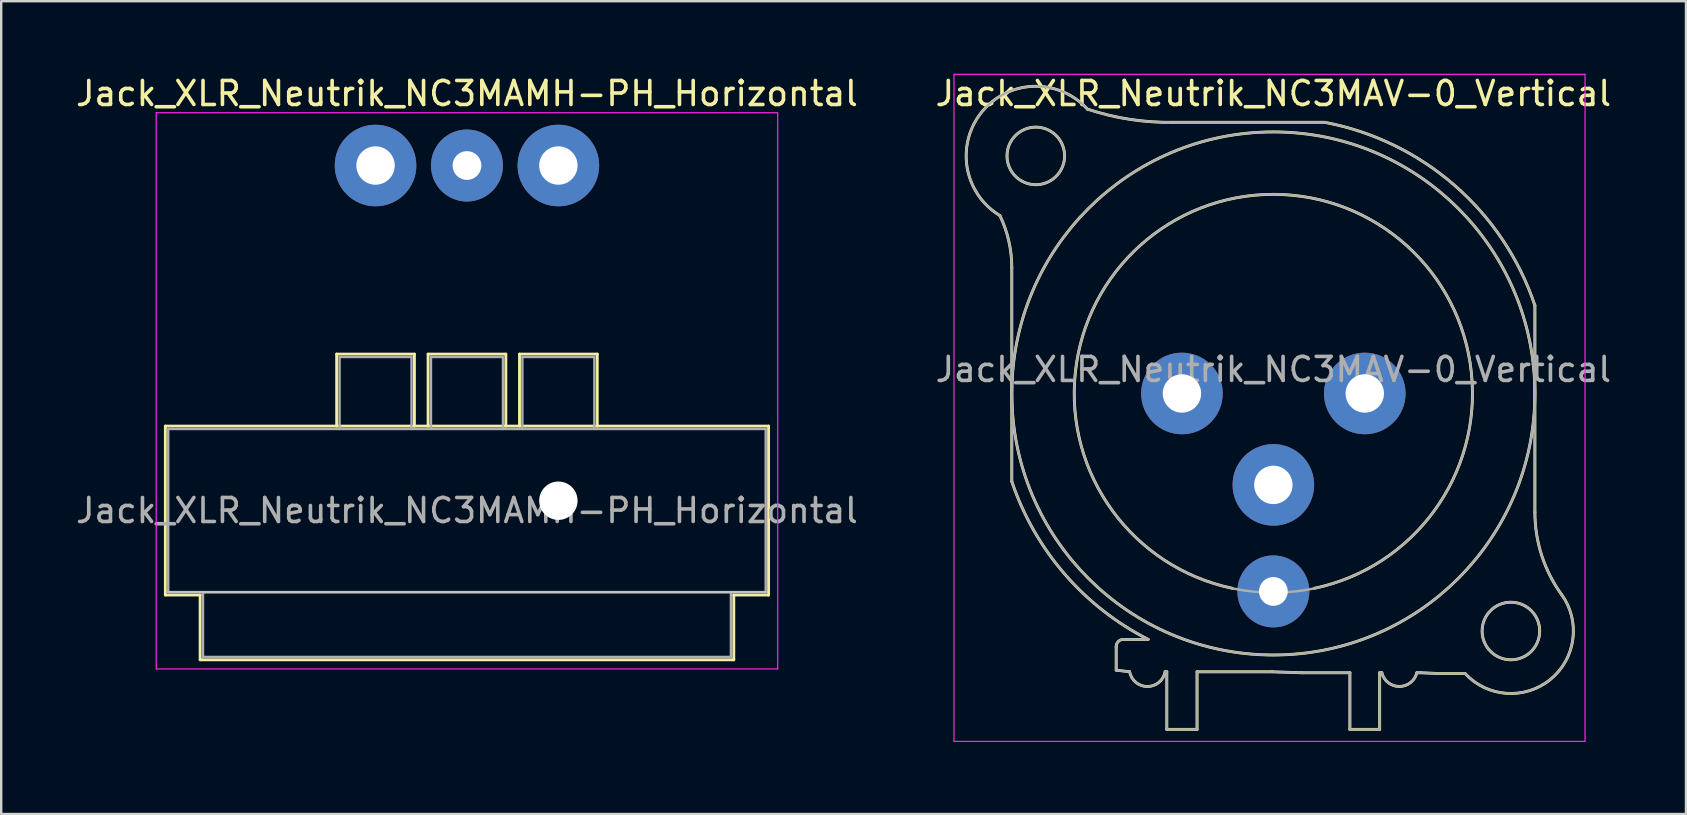
<source format=kicad_pcb>
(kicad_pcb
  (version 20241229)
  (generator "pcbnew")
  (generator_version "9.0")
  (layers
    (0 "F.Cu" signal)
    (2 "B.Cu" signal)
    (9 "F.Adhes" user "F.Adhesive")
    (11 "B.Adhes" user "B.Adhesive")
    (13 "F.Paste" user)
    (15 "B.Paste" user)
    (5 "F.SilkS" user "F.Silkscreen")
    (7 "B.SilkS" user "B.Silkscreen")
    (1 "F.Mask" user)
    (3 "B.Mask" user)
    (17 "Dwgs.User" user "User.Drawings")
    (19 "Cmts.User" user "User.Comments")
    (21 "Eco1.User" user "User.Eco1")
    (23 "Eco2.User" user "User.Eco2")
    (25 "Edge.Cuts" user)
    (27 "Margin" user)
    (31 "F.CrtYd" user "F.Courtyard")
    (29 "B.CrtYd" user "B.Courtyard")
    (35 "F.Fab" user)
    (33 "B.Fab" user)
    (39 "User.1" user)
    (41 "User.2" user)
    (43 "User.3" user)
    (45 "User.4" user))
  (footprint "Jack_XLR_Neutrik_NC3MAV-0_Vertical"
    (layer "F.Cu")
    (at 46.208 13.348)
    (property "Reference" "Jack_XLR_Neutrik_NC3MAV-0_Vertical" (at 3.81 -12.5 0) (layer "F.SilkS") (effects (font (size 1 1) (thickness 0.15))))
    (attr through_hole)
    (fp_line (start -7.09 3.67) (end -7.09 -5.24) (stroke (width 0.12) (type solid)) (layer "F.SilkS"))
    (fp_line (start -2.74 11.53) (end -2.74 10.55) (stroke (width 0.12) (type solid)) (layer "F.SilkS"))
    (fp_line (start -2.74 11.53) (end -2.18 11.6) (stroke (width 0.12) (type solid)) (layer "F.SilkS"))
    (fp_line (start -1.41 10.25) (end -2.44 10.25) (stroke (width 0.12) (type solid)) (layer "F.SilkS"))
    (fp_line (start -0.7 11.6) (end -0.63 11.6) (stroke (width 0.12) (type solid)) (layer "F.SilkS"))
    (fp_line (start -0.63 11.6) (end -0.63 14) (stroke (width 0.12) (type solid)) (layer "F.SilkS"))
    (fp_line (start 0.63 11.6) (end 0.63 14) (stroke (width 0.12) (type solid)) (layer "F.SilkS"))
    (fp_line (start 0.63 11.6) (end 3.76 11.6) (stroke (width 0.12) (type solid)) (layer "F.SilkS"))
    (fp_line (start 0.63 14) (end -0.63 14) (stroke (width 0.12) (type solid)) (layer "F.SilkS"))
    (fp_line (start 3.76 11.6) (end 5 11.64) (stroke (width 0.12) (type solid)) (layer "F.SilkS"))
    (fp_line (start 5 11.64) (end 7 11.64) (stroke (width 0.12) (type solid)) (layer "F.SilkS"))
    (fp_line (start 5.95 -11.3) (end -0.36 -11.3) (stroke (width 0.12) (type solid)) (layer "F.SilkS"))
    (fp_line (start 7 11.64) (end 7 14) (stroke (width 0.12) (type solid)) (layer "F.SilkS"))
    (fp_line (start 8.24 11.64) (end 8.24 14) (stroke (width 0.12) (type solid)) (layer "F.SilkS"))
    (fp_line (start 8.24 11.64) (end 8.33 11.64) (stroke (width 0.12) (type solid)) (layer "F.SilkS"))
    (fp_line (start 8.24 14) (end 7 14) (stroke (width 0.12) (type solid)) (layer "F.SilkS"))
    (fp_line (start 9.79 11.64) (end 9.96 11.64) (stroke (width 0.12) (type solid)) (layer "F.SilkS"))
    (fp_line (start 9.96 11.64) (end 10.66 11.67) (stroke (width 0.12) (type solid)) (layer "F.SilkS"))
    (fp_line (start 10.66 11.67) (end 11.8 11.67) (stroke (width 0.12) (type solid)) (layer "F.SilkS"))
    (fp_line (start 14.71 -3.67) (end 14.71 4.95) (stroke (width 0.12) (type solid)) (layer "F.SilkS"))
    (fp_arc (start -7.593301 -7.417041) (mid -8.329941 -11.745986) (end -3.94 -11.85) (stroke (width 0.12) (type solid)) (layer "F.SilkS"))
    (fp_arc (start -7.585604 -7.412632) (mid -7.215472 -6.354221) (end -7.09 -5.24) (stroke (width 0.12) (type solid)) (layer "F.SilkS"))
    (fp_arc (start -2.74 10.55) (mid -2.652132 10.337868) (end -2.44 10.25) (stroke (width 0.12) (type solid)) (layer "F.SilkS"))
    (fp_arc (start -1.409988 10.248445) (mid -4.895314 7.51641) (end -7.09 3.67) (stroke (width 0.12) (type solid)) (layer "F.SilkS"))
    (fp_arc (start -0.699936 11.599661) (mid -1.439828 12.213127) (end -2.18 11.6) (stroke (width 0.12) (type solid)) (layer "F.SilkS"))
    (fp_arc (start -0.36 -11.3) (mid -2.1728 -11.424322) (end -3.939109 -11.850762) (stroke (width 0.12) (type solid)) (layer "F.SilkS"))
    (fp_arc (start 2.1 8.12) (mid 3.816114 -8.2981) (end 5.508033 8.122511) (stroke (width 0.12) (type solid)) (layer "F.SilkS"))
    (fp_arc (start 5.963496 -11.297847) (mid 11.369395 -8.668013) (end 14.71 -3.67) (stroke (width 0.12) (type solid)) (layer "F.SilkS"))
    (fp_arc (start 9.789694 11.641238) (mid 9.059362 12.211864) (end 8.33 11.64) (stroke (width 0.12) (type solid)) (layer "F.SilkS"))
    (fp_arc (start 15.815277 8.372002) (mid 14.993173 6.748036) (end 14.71 4.95) (stroke (width 0.12) (type solid)) (layer "F.SilkS"))
    (fp_arc (start 15.818809 8.372281) (mid 15.361853 11.913053) (end 11.8 11.67) (stroke (width 0.12) (type solid)) (layer "F.SilkS"))
    (fp_circle (center -6.09 -9.9) (end -4.89 -9.9) (stroke (width 0.12) (type solid)) (fill no) (layer "F.SilkS"))
    (fp_circle (center 3.81 0) (end 14.71 0) (stroke (width 0.12) (type solid)) (fill no) (layer "F.SilkS"))
    (fp_circle (center 13.71 9.9) (end 14.91 9.9) (stroke (width 0.12) (type solid)) (fill no) (layer "F.SilkS"))
    (fp_line (start -9.5 -13.3) (end 16.8 -13.3) (stroke (width 0.05) (type solid)) (layer "F.CrtYd"))
    (fp_line (start -9.5 14.5) (end -9.5 -13.3) (stroke (width 0.05) (type solid)) (layer "F.CrtYd"))
    (fp_line (start 16.8 -13.3) (end 16.8 14.5) (stroke (width 0.05) (type solid)) (layer "F.CrtYd"))
    (fp_line (start 16.8 14.5) (end -9.5 14.5) (stroke (width 0.05) (type solid)) (layer "F.CrtYd"))
    (fp_line (start -7.09 3.67) (end -7.09 -5.24) (stroke (width 0.1) (type solid)) (layer "F.Fab"))
    (fp_line (start -2.74 11.53) (end -2.74 10.55) (stroke (width 0.1) (type solid)) (layer "F.Fab"))
    (fp_line (start -2.74 11.53) (end -2.18 11.6) (stroke (width 0.1) (type solid)) (layer "F.Fab"))
    (fp_line (start -1.41 10.25) (end -2.44 10.25) (stroke (width 0.1) (type solid)) (layer "F.Fab"))
    (fp_line (start -0.7 11.6) (end -0.63 11.6) (stroke (width 0.1) (type solid)) (layer "F.Fab"))
    (fp_line (start -0.63 11.6) (end -0.63 14) (stroke (width 0.1) (type solid)) (layer "F.Fab"))
    (fp_line (start 0.63 11.6) (end 0.63 14) (stroke (width 0.1) (type solid)) (layer "F.Fab"))
    (fp_line (start 0.63 11.6) (end 3.76 11.6) (stroke (width 0.1) (type solid)) (layer "F.Fab"))
    (fp_line (start 0.63 14) (end -0.63 14) (stroke (width 0.1) (type solid)) (layer "F.Fab"))
    (fp_line (start 3.76 11.6) (end 5 11.64) (stroke (width 0.1) (type solid)) (layer "F.Fab"))
    (fp_line (start 5 11.64) (end 7 11.64) (stroke (width 0.1) (type solid)) (layer "F.Fab"))
    (fp_line (start 5.95 -11.3) (end -0.36 -11.3) (stroke (width 0.1) (type solid)) (layer "F.Fab"))
    (fp_line (start 7 11.64) (end 7 14) (stroke (width 0.1) (type solid)) (layer "F.Fab"))
    (fp_line (start 8.24 11.64) (end 8.24 14) (stroke (width 0.1) (type solid)) (layer "F.Fab"))
    (fp_line (start 8.24 11.64) (end 8.33 11.64) (stroke (width 0.1) (type solid)) (layer "F.Fab"))
    (fp_line (start 8.24 14) (end 7 14) (stroke (width 0.1) (type solid)) (layer "F.Fab"))
    (fp_line (start 9.79 11.64) (end 9.96 11.64) (stroke (width 0.1) (type solid)) (layer "F.Fab"))
    (fp_line (start 9.96 11.64) (end 10.66 11.67) (stroke (width 0.1) (type solid)) (layer "F.Fab"))
    (fp_line (start 10.66 11.67) (end 11.8 11.67) (stroke (width 0.1) (type solid)) (layer "F.Fab"))
    (fp_line (start 14.71 -3.67) (end 14.71 4.95) (stroke (width 0.1) (type solid)) (layer "F.Fab"))
    (fp_arc (start -7.593301 -7.417041) (mid -8.329941 -11.745986) (end -3.94 -11.85) (stroke (width 0.1) (type solid)) (layer "F.Fab"))
    (fp_arc (start -7.585604 -7.412632) (mid -7.215472 -6.354221) (end -7.09 -5.24) (stroke (width 0.1) (type solid)) (layer "F.Fab"))
    (fp_arc (start -2.74 10.55) (mid -2.652132 10.337868) (end -2.44 10.25) (stroke (width 0.1) (type solid)) (layer "F.Fab"))
    (fp_arc (start -1.409988 10.248445) (mid -4.895314 7.51641) (end -7.09 3.67) (stroke (width 0.1) (type solid)) (layer "F.Fab"))
    (fp_arc (start -0.699936 11.599661) (mid -1.439828 12.213127) (end -2.18 11.6) (stroke (width 0.1) (type solid)) (layer "F.Fab"))
    (fp_arc (start -0.36 -11.3) (mid -2.1728 -11.424322) (end -3.939109 -11.850762) (stroke (width 0.1) (type solid)) (layer "F.Fab"))
    (fp_arc (start 5.963496 -11.297847) (mid 11.369395 -8.668013) (end 14.71 -3.67) (stroke (width 0.1) (type solid)) (layer "F.Fab"))
    (fp_arc (start 9.789694 11.641238) (mid 9.059362 12.211864) (end 8.33 11.64) (stroke (width 0.1) (type solid)) (layer "F.Fab"))
    (fp_arc (start 15.815277 8.372002) (mid 14.993173 6.748036) (end 14.71 4.95) (stroke (width 0.1) (type solid)) (layer "F.Fab"))
    (fp_arc (start 15.818809 8.372281) (mid 15.361853 11.913053) (end 11.8 11.67) (stroke (width 0.1) (type solid)) (layer "F.Fab"))
    (fp_circle (center -6.09 -9.9) (end -4.89 -9.9) (stroke (width 0.1) (type solid)) (fill no) (layer "F.Fab"))
    (fp_circle (center 3.81 0) (end 12.11 0) (stroke (width 0.1) (type solid)) (fill no) (layer "F.Fab"))
    (fp_circle (center 3.81 0) (end 14.71 0) (stroke (width 0.1) (type solid)) (fill no) (layer "F.Fab"))
    (fp_circle (center 13.71 9.9) (end 14.91 9.9) (stroke (width 0.1) (type solid)) (fill no) (layer "F.Fab"))
    (fp_text user "${REFERENCE}" (at 3.81 -1 0) (layer "F.Fab") (effects (font (size 1 1) (thickness 0.15))))
    (pad "1" thru_hole circle (at 0 0) (size 3.4 3.4) (drill 1.6) (layers "*.Cu" "*.Mask"))
    (pad "2" thru_hole circle (at 7.62 0) (size 3.4 3.4) (drill 1.6) (layers "*.Cu" "*.Mask"))
    (pad "3" thru_hole circle (at 3.81 3.81) (size 3.4 3.4) (drill 1.6) (layers "*.Cu" "*.Mask"))
    (pad "G" thru_hole circle (at 3.81 8.25) (size 3 3) (drill 1.2) (layers "*.Cu" "*.Mask")))
  (footprint "Jack_XLR_Neutrik_NC3MAMH-PH_Horizontal"
    (layer "F.Cu")
    (at 12.601 3.848)
    (property "Reference" "Jack_XLR_Neutrik_NC3MAMH-PH_Horizontal" (at 3.81 -3 0) (layer "F.SilkS") (effects (font (size 1 1) (thickness 0.15))))
    (attr through_hole)
    (fp_line (start -8.76 10.86) (end 16.38 10.86) (stroke (width 0.12) (type solid)) (layer "F.SilkS"))
    (fp_line (start -8.76 17.9) (end -8.76 10.86) (stroke (width 0.12) (type solid)) (layer "F.SilkS"))
    (fp_line (start -7.31 17.9) (end -8.76 17.9) (stroke (width 0.12) (type solid)) (layer "F.SilkS"))
    (fp_line (start -7.31 17.9) (end -7.31 20.6) (stroke (width 0.12) (type solid)) (layer "F.SilkS"))
    (fp_line (start -1.62 10.86) (end -1.62 7.86) (stroke (width 0.12) (type solid)) (layer "F.SilkS"))
    (fp_line (start 1.62 7.86) (end -1.62 7.86) (stroke (width 0.12) (type solid)) (layer "F.SilkS"))
    (fp_line (start 1.62 10.86) (end 1.62 7.86) (stroke (width 0.12) (type solid)) (layer "F.SilkS"))
    (fp_line (start 2.19 10.86) (end 2.19 7.86) (stroke (width 0.12) (type solid)) (layer "F.SilkS"))
    (fp_line (start 5.43 7.86) (end 2.19 7.86) (stroke (width 0.12) (type solid)) (layer "F.SilkS"))
    (fp_line (start 5.43 10.86) (end 5.43 7.86) (stroke (width 0.12) (type solid)) (layer "F.SilkS"))
    (fp_line (start 6 10.86) (end 6 7.86) (stroke (width 0.12) (type solid)) (layer "F.SilkS"))
    (fp_line (start 9.24 7.86) (end 6 7.86) (stroke (width 0.12) (type solid)) (layer "F.SilkS"))
    (fp_line (start 9.24 10.86) (end 9.24 7.86) (stroke (width 0.12) (type solid)) (layer "F.SilkS"))
    (fp_line (start 14.93 17.9) (end 14.93 20.6) (stroke (width 0.12) (type solid)) (layer "F.SilkS"))
    (fp_line (start 14.93 20.6) (end -7.31 20.6) (stroke (width 0.12) (type solid)) (layer "F.SilkS"))
    (fp_line (start 16.38 17.9) (end 14.93 17.9) (stroke (width 0.12) (type solid)) (layer "F.SilkS"))
    (fp_line (start 16.38 17.9) (end 16.38 10.86) (stroke (width 0.12) (type solid)) (layer "F.SilkS"))
    (fp_line (start 16.26 17.78) (end -8.64 17.78) (stroke (width 0.1) (type solid)) (layer "Dwgs.User"))
    (fp_line (start -9.14 20.98) (end -9.14 -2.2) (stroke (width 0.05) (type solid)) (layer "F.CrtYd"))
    (fp_line (start 16.76 -2.2) (end -9.14 -2.2) (stroke (width 0.05) (type solid)) (layer "F.CrtYd"))
    (fp_line (start 16.76 20.98) (end -9.14 20.98) (stroke (width 0.05) (type solid)) (layer "F.CrtYd"))
    (fp_line (start 16.76 20.98) (end 16.76 -2.2) (stroke (width 0.05) (type solid)) (layer "F.CrtYd"))
    (fp_line (start -8.64 10.98) (end 16.26 10.98) (stroke (width 0.1) (type solid)) (layer "F.Fab"))
    (fp_line (start -8.64 17.78) (end -8.64 10.98) (stroke (width 0.1) (type solid)) (layer "F.Fab"))
    (fp_line (start -7.19 20.48) (end -7.19 17.78) (stroke (width 0.1) (type solid)) (layer "F.Fab"))
    (fp_line (start -1.5 7.98) (end -1.5 10.98) (stroke (width 0.1) (type solid)) (layer "F.Fab"))
    (fp_line (start 1.5 7.98) (end -1.5 7.98) (stroke (width 0.1) (type solid)) (layer "F.Fab"))
    (fp_line (start 1.5 10.98) (end 1.5 7.98) (stroke (width 0.1) (type solid)) (layer "F.Fab"))
    (fp_line (start 2.31 10.98) (end 2.31 7.98) (stroke (width 0.1) (type solid)) (layer "F.Fab"))
    (fp_line (start 5.31 7.98) (end 2.31 7.98) (stroke (width 0.1) (type solid)) (layer "F.Fab"))
    (fp_line (start 5.31 10.98) (end 5.31 7.98) (stroke (width 0.1) (type solid)) (layer "F.Fab"))
    (fp_line (start 6.12 10.98) (end 6.12 7.98) (stroke (width 0.1) (type solid)) (layer "F.Fab"))
    (fp_line (start 9.12 7.98) (end 6.12 7.98) (stroke (width 0.1) (type solid)) (layer "F.Fab"))
    (fp_line (start 9.12 10.98) (end 9.12 7.98) (stroke (width 0.1) (type solid)) (layer "F.Fab"))
    (fp_line (start 14.81 17.78) (end 14.81 20.48) (stroke (width 0.1) (type solid)) (layer "F.Fab"))
    (fp_line (start 14.81 20.48) (end -7.19 20.48) (stroke (width 0.1) (type solid)) (layer "F.Fab"))
    (fp_line (start 16.26 10.98) (end 16.26 17.78) (stroke (width 0.1) (type solid)) (layer "F.Fab"))
    (fp_line (start 16.26 17.78) (end -8.64 17.78) (stroke (width 0.1) (type solid)) (layer "F.Fab"))
    (fp_text user "${REFERENCE}" (at 3.81 14.38 0) (layer "F.Fab") (effects (font (size 1 1) (thickness 0.15))))
    (pad "" np_thru_hole circle (at 7.62 13.97) (size 1.6 1.6) (drill 1.6) (layers "*.Cu" "*.Mask"))
    (pad "1" thru_hole circle (at 0 0) (size 3.4 3.4) (drill 1.6) (layers "*.Cu" "*.Mask"))
    (pad "2" thru_hole circle (at 7.62 0) (size 3.4 3.4) (drill 1.6) (layers "*.Cu" "*.Mask"))
    (pad "3" thru_hole circle (at 3.81 0) (size 3 3) (drill 1.2) (layers "*.Cu" "*.Mask")))
  (gr_rect
    (start -3 -3)
    (end 67.214 30.873)
    (stroke (width 0.1) (type default))
    (fill no)
    (layer "Edge.Cuts")))
</source>
